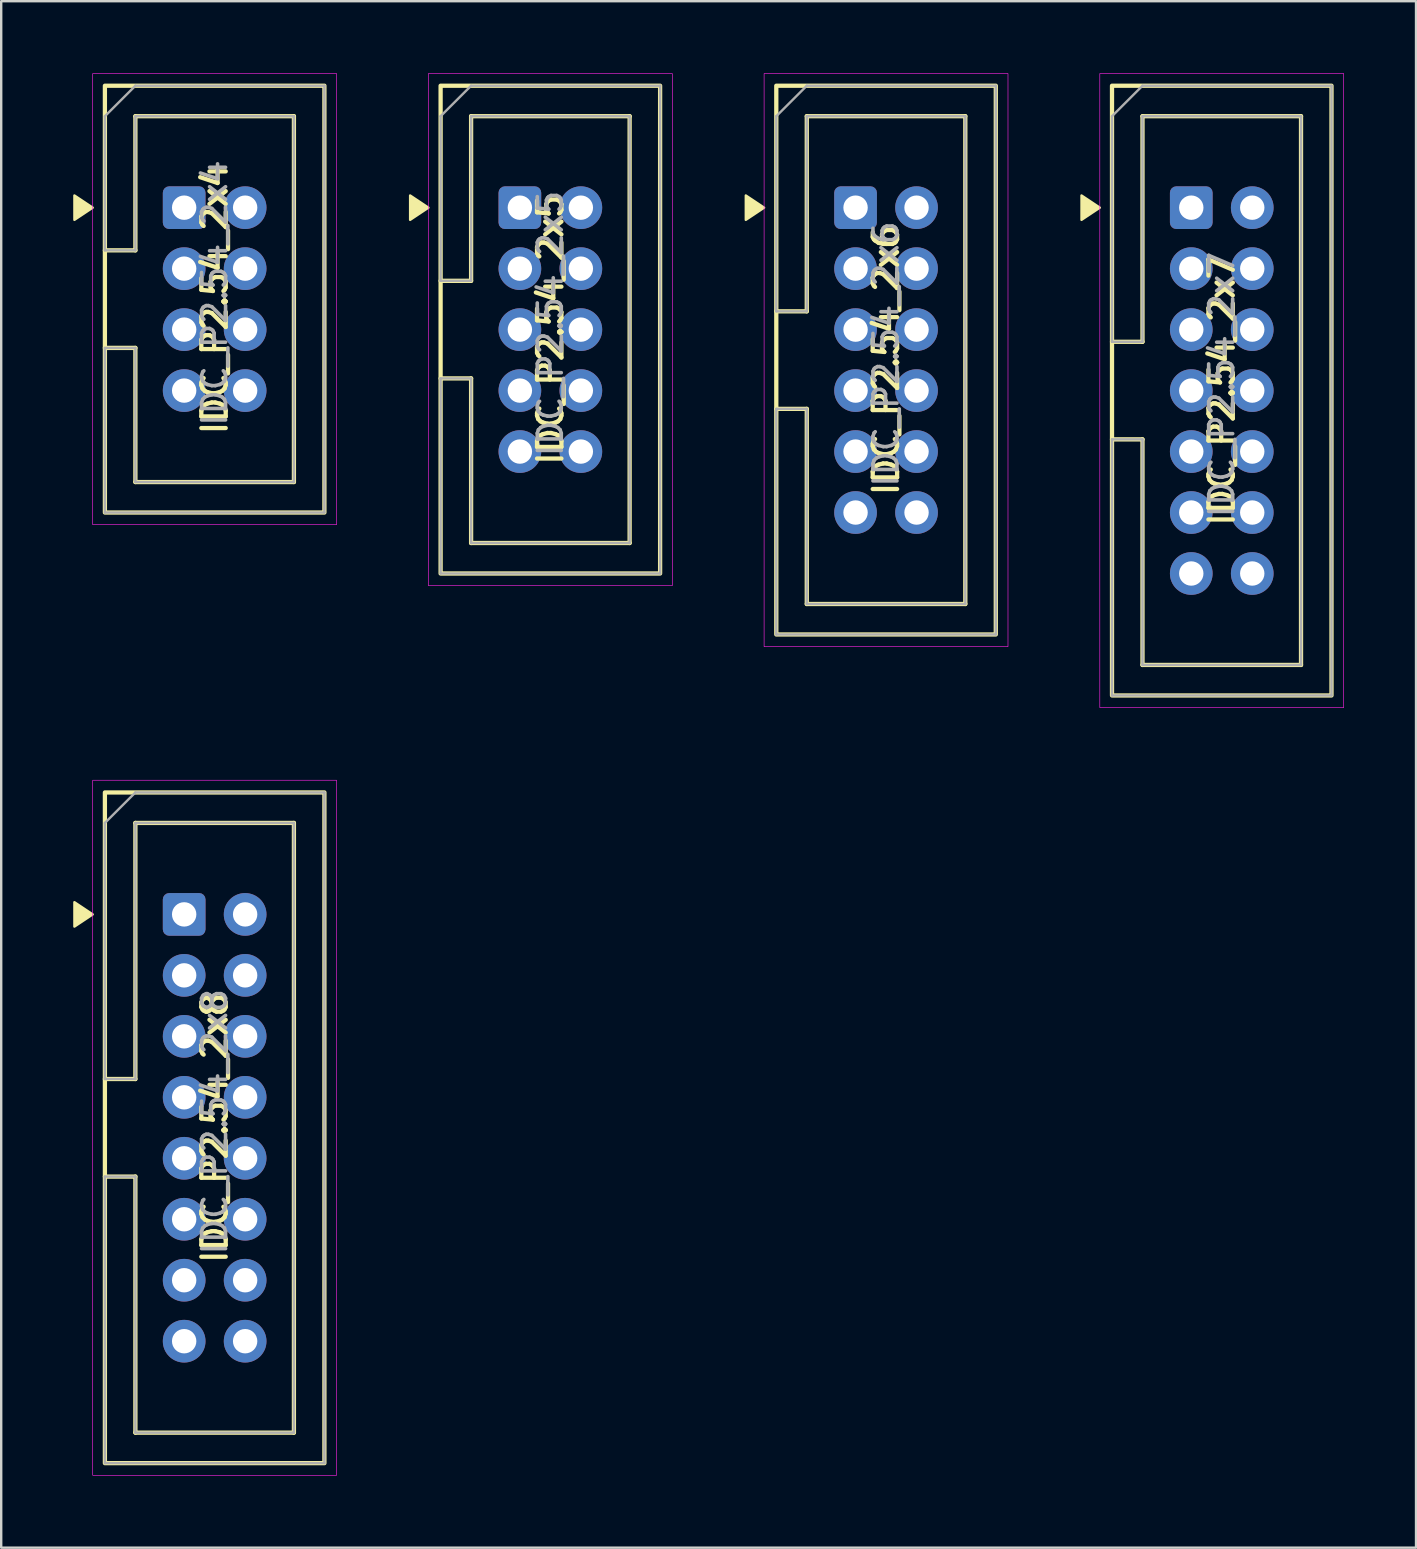
<source format=kicad_pcb>
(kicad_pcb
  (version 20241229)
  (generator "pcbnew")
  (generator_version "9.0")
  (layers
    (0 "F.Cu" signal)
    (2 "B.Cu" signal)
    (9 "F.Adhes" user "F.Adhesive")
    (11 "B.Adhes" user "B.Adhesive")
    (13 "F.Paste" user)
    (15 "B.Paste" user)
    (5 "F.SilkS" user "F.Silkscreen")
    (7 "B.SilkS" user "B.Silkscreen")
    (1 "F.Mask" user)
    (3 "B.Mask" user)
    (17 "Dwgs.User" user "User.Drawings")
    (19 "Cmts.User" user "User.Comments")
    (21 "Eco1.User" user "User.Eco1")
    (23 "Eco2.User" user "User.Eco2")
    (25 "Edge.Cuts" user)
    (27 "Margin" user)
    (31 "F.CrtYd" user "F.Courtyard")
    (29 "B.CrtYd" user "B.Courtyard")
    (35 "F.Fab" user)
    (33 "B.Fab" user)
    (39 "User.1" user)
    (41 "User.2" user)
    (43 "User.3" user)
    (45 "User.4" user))
  (footprint "IDC_P2.54_2x8"
    (layer "F.Cu")
    (at 5.892 43.932)
    (property "Reference" "IDC_P2.54_2x8" (at 0 0 90) (layer "F.SilkS") (effects (font (size 1.016 1.016) (thickness 0.178))))
    (attr through_hole)
    (fp_line (start -4.572 -2.032) (end -3.302 -2.032) (stroke (width 0.178) (type solid)) (layer "F.SilkS"))
    (fp_line (start -3.302 -12.7) (end 3.302 -12.7) (stroke (width 0.178) (type solid)) (layer "F.SilkS"))
    (fp_line (start -3.302 -2.032) (end -3.302 -12.7) (stroke (width 0.178) (type solid)) (layer "F.SilkS"))
    (fp_line (start -3.302 2.032) (end -4.572 2.032) (stroke (width 0.178) (type solid)) (layer "F.SilkS"))
    (fp_line (start -3.302 12.7) (end -3.302 2.032) (stroke (width 0.178) (type solid)) (layer "F.SilkS"))
    (fp_line (start 3.302 -12.7) (end 3.302 12.7) (stroke (width 0.178) (type solid)) (layer "F.SilkS"))
    (fp_line (start 3.302 12.7) (end -3.302 12.7) (stroke (width 0.178) (type solid)) (layer "F.SilkS"))
    (fp_rect (start -4.572 -13.97) (end 4.572 13.97) (stroke (width 0.178) (type solid)) (fill no) (layer "F.SilkS"))
    (fp_poly (pts (xy -5.08 -8.89) (xy -5.842 -8.382) (xy -5.842 -9.398)) (stroke (width 0.1) (type solid)) (fill yes) (layer "F.SilkS"))
    (fp_rect (start -5.08 -14.478) (end 5.08 14.478) (stroke (width 0.025) (type solid)) (fill no) (layer "F.CrtYd"))
    (fp_line (start -4.572 -2.032) (end -4.572 -12.7) (stroke (width 0.1) (type solid)) (layer "F.Fab"))
    (fp_line (start -4.572 -2.032) (end -3.302 -2.032) (stroke (width 0.1) (type solid)) (layer "F.Fab"))
    (fp_line (start -4.572 2.032) (end -4.572 13.97) (stroke (width 0.1) (type solid)) (layer "F.Fab"))
    (fp_line (start -4.572 2.032) (end -3.302 2.032) (stroke (width 0.1) (type solid)) (layer "F.Fab"))
    (fp_line (start -3.302 -13.97) (end -4.572 -12.7) (stroke (width 0.1) (type solid)) (layer "F.Fab"))
    (fp_line (start -3.302 -13.97) (end 4.572 -13.97) (stroke (width 0.1) (type solid)) (layer "F.Fab"))
    (fp_line (start -3.302 -12.7) (end 3.302 -12.7) (stroke (width 0.1) (type solid)) (layer "F.Fab"))
    (fp_line (start -3.302 -2.032) (end -3.302 -12.7) (stroke (width 0.1) (type solid)) (layer "F.Fab"))
    (fp_line (start -3.302 12.7) (end -3.302 2.032) (stroke (width 0.1) (type solid)) (layer "F.Fab"))
    (fp_line (start -3.302 12.7) (end 3.302 12.7) (stroke (width 0.1) (type solid)) (layer "F.Fab"))
    (fp_line (start 3.302 12.7) (end 3.302 -12.7) (stroke (width 0.1) (type solid)) (layer "F.Fab"))
    (fp_line (start 4.572 -13.97) (end 4.572 13.97) (stroke (width 0.1) (type solid)) (layer "F.Fab"))
    (fp_line (start 4.572 13.97) (end -4.572 13.97) (stroke (width 0.1) (type solid)) (layer "F.Fab"))
    (fp_text user "${REFERENCE}" (at 0 -0.254 90) (layer "F.Fab") (effects (font (size 1 1) (thickness 0.15))))
    (pad "1" thru_hole roundrect (at -1.27 -8.89) (size 1.778 1.778) (drill 1.016) (layers "*.Cu" "*.Mask") (roundrect_rratio 0.15))
    (pad "2" thru_hole circle (at 1.27 -8.89) (size 1.778 1.778) (drill 1.016) (layers "*.Cu" "*.Mask"))
    (pad "3" thru_hole circle (at -1.27 -6.35) (size 1.778 1.778) (drill 1.016) (layers "*.Cu" "*.Mask"))
    (pad "4" thru_hole circle (at 1.27 -6.35) (size 1.778 1.778) (drill 1.016) (layers "*.Cu" "*.Mask"))
    (pad "5" thru_hole circle (at -1.27 -3.81) (size 1.778 1.778) (drill 1.016) (layers "*.Cu" "*.Mask"))
    (pad "6" thru_hole circle (at 1.27 -3.81) (size 1.778 1.778) (drill 1.016) (layers "*.Cu" "*.Mask"))
    (pad "7" thru_hole circle (at -1.27 -1.27) (size 1.778 1.778) (drill 1.016) (layers "*.Cu" "*.Mask"))
    (pad "8" thru_hole circle (at 1.27 -1.27) (size 1.778 1.778) (drill 1.016) (layers "*.Cu" "*.Mask"))
    (pad "9" thru_hole circle (at -1.27 1.27) (size 1.778 1.778) (drill 1.016) (layers "*.Cu" "*.Mask"))
    (pad "10" thru_hole circle (at 1.27 1.27) (size 1.778 1.778) (drill 1.016) (layers "*.Cu" "*.Mask"))
    (pad "11" thru_hole circle (at -1.27 3.81) (size 1.778 1.778) (drill 1.016) (layers "*.Cu" "*.Mask"))
    (pad "12" thru_hole circle (at 1.27 3.81) (size 1.778 1.778) (drill 1.016) (layers "*.Cu" "*.Mask"))
    (pad "13" thru_hole circle (at -1.27 6.35) (size 1.778 1.778) (drill 1.016) (layers "*.Cu" "*.Mask"))
    (pad "14" thru_hole circle (at 1.27 6.35) (size 1.778 1.778) (drill 1.016) (layers "*.Cu" "*.Mask"))
    (pad "15" thru_hole circle (at -1.27 8.89) (size 1.778 1.778) (drill 1.016) (layers "*.Cu" "*.Mask"))
    (pad "16" thru_hole circle (at 1.27 8.89) (size 1.778 1.778) (drill 1.016) (layers "*.Cu" "*.Mask")))
  (footprint "IDC_P2.54_2x5"
    (layer "F.Cu")
    (at 19.877 10.681)
    (property "Reference" "IDC_P2.54_2x5" (at 0 0 90) (layer "F.SilkS") (effects (font (size 1.016 1.016) (thickness 0.178))))
    (attr through_hole)
    (fp_line (start -4.572 -2.032) (end -3.302 -2.032) (stroke (width 0.178) (type solid)) (layer "F.SilkS"))
    (fp_line (start -3.302 -8.89) (end 3.302 -8.89) (stroke (width 0.178) (type solid)) (layer "F.SilkS"))
    (fp_line (start -3.302 -2.032) (end -3.302 -8.89) (stroke (width 0.178) (type solid)) (layer "F.SilkS"))
    (fp_line (start -3.302 2.032) (end -4.572 2.032) (stroke (width 0.178) (type solid)) (layer "F.SilkS"))
    (fp_line (start -3.302 8.89) (end -3.302 2.032) (stroke (width 0.178) (type solid)) (layer "F.SilkS"))
    (fp_line (start 3.302 -8.89) (end 3.302 8.89) (stroke (width 0.178) (type solid)) (layer "F.SilkS"))
    (fp_line (start 3.302 8.89) (end -3.302 8.89) (stroke (width 0.178) (type solid)) (layer "F.SilkS"))
    (fp_rect (start -4.572 -10.16) (end 4.572 10.16) (stroke (width 0.178) (type solid)) (fill no) (layer "F.SilkS"))
    (fp_poly (pts (xy -5.08 -5.08) (xy -5.842 -4.572) (xy -5.842 -5.588)) (stroke (width 0.1) (type solid)) (fill yes) (layer "F.SilkS"))
    (fp_rect (start -5.08 -10.668) (end 5.08 10.668) (stroke (width 0.025) (type solid)) (fill no) (layer "F.CrtYd"))
    (fp_line (start -4.572 -2.032) (end -4.572 -8.89) (stroke (width 0.1) (type solid)) (layer "F.Fab"))
    (fp_line (start -4.572 -2.032) (end -3.302 -2.032) (stroke (width 0.1) (type solid)) (layer "F.Fab"))
    (fp_line (start -4.572 2.032) (end -4.572 10.16) (stroke (width 0.1) (type solid)) (layer "F.Fab"))
    (fp_line (start -4.572 2.032) (end -3.302 2.032) (stroke (width 0.1) (type solid)) (layer "F.Fab"))
    (fp_line (start -3.302 -10.16) (end -4.572 -8.89) (stroke (width 0.1) (type solid)) (layer "F.Fab"))
    (fp_line (start -3.302 -10.16) (end 4.572 -10.16) (stroke (width 0.1) (type solid)) (layer "F.Fab"))
    (fp_line (start -3.302 -8.89) (end 3.302 -8.89) (stroke (width 0.1) (type solid)) (layer "F.Fab"))
    (fp_line (start -3.302 -2.032) (end -3.302 -8.89) (stroke (width 0.1) (type solid)) (layer "F.Fab"))
    (fp_line (start -3.302 8.89) (end -3.302 2.032) (stroke (width 0.1) (type solid)) (layer "F.Fab"))
    (fp_line (start -3.302 8.89) (end 3.302 8.89) (stroke (width 0.1) (type solid)) (layer "F.Fab"))
    (fp_line (start 3.302 8.89) (end 3.302 -8.89) (stroke (width 0.1) (type solid)) (layer "F.Fab"))
    (fp_line (start 4.572 -10.16) (end 4.572 10.16) (stroke (width 0.1) (type solid)) (layer "F.Fab"))
    (fp_line (start 4.572 10.16) (end -4.572 10.16) (stroke (width 0.1) (type solid)) (layer "F.Fab"))
    (fp_text user "${REFERENCE}" (at 0 -0.254 90) (layer "F.Fab") (effects (font (size 1 1) (thickness 0.15))))
    (pad "1" thru_hole roundrect (at -1.27 -5.08) (size 1.778 1.778) (drill 1.016) (layers "*.Cu" "*.Mask") (roundrect_rratio 0.15))
    (pad "2" thru_hole circle (at 1.27 -5.08) (size 1.778 1.778) (drill 1.016) (layers "*.Cu" "*.Mask"))
    (pad "3" thru_hole circle (at -1.27 -2.54) (size 1.778 1.778) (drill 1.016) (layers "*.Cu" "*.Mask"))
    (pad "4" thru_hole circle (at 1.27 -2.54) (size 1.778 1.778) (drill 1.016) (layers "*.Cu" "*.Mask"))
    (pad "5" thru_hole circle (at -1.27 0) (size 1.778 1.778) (drill 1.016) (layers "*.Cu" "*.Mask"))
    (pad "6" thru_hole circle (at 1.27 0) (size 1.778 1.778) (drill 1.016) (layers "*.Cu" "*.Mask"))
    (pad "7" thru_hole circle (at -1.27 2.54) (size 1.778 1.778) (drill 1.016) (layers "*.Cu" "*.Mask"))
    (pad "8" thru_hole circle (at 1.27 2.54) (size 1.778 1.778) (drill 1.016) (layers "*.Cu" "*.Mask"))
    (pad "9" thru_hole circle (at -1.27 5.08) (size 1.778 1.778) (drill 1.016) (layers "*.Cu" "*.Mask"))
    (pad "10" thru_hole circle (at 1.27 5.08) (size 1.778 1.778) (drill 1.016) (layers "*.Cu" "*.Mask")))
  (footprint "IDC_P2.54_2x7"
    (layer "F.Cu")
    (at 47.846 13.221)
    (property "Reference" "IDC_P2.54_2x7" (at 0 0 90) (layer "F.SilkS") (effects (font (size 1.016 1.016) (thickness 0.178))))
    (attr through_hole)
    (fp_line (start -4.572 -2.032) (end -3.302 -2.032) (stroke (width 0.178) (type solid)) (layer "F.SilkS"))
    (fp_line (start -3.302 -11.43) (end 3.302 -11.43) (stroke (width 0.178) (type solid)) (layer "F.SilkS"))
    (fp_line (start -3.302 -2.032) (end -3.302 -11.43) (stroke (width 0.178) (type solid)) (layer "F.SilkS"))
    (fp_line (start -3.302 2.032) (end -4.572 2.032) (stroke (width 0.178) (type solid)) (layer "F.SilkS"))
    (fp_line (start -3.302 11.43) (end -3.302 2.032) (stroke (width 0.178) (type solid)) (layer "F.SilkS"))
    (fp_line (start 3.302 -11.43) (end 3.302 11.43) (stroke (width 0.178) (type solid)) (layer "F.SilkS"))
    (fp_line (start 3.302 11.43) (end -3.302 11.43) (stroke (width 0.178) (type solid)) (layer "F.SilkS"))
    (fp_rect (start -4.572 -12.7) (end 4.572 12.7) (stroke (width 0.178) (type solid)) (fill no) (layer "F.SilkS"))
    (fp_poly (pts (xy -5.08 -7.62) (xy -5.842 -7.112) (xy -5.842 -8.128)) (stroke (width 0.1) (type solid)) (fill yes) (layer "F.SilkS"))
    (fp_rect (start -5.08 -13.208) (end 5.08 13.208) (stroke (width 0.025) (type solid)) (fill no) (layer "F.CrtYd"))
    (fp_line (start -4.572 -2.032) (end -4.572 -11.43) (stroke (width 0.1) (type solid)) (layer "F.Fab"))
    (fp_line (start -4.572 -2.032) (end -3.302 -2.032) (stroke (width 0.1) (type solid)) (layer "F.Fab"))
    (fp_line (start -4.572 2.032) (end -4.572 12.7) (stroke (width 0.1) (type solid)) (layer "F.Fab"))
    (fp_line (start -4.572 2.032) (end -3.302 2.032) (stroke (width 0.1) (type solid)) (layer "F.Fab"))
    (fp_line (start -3.302 -12.7) (end -4.572 -11.43) (stroke (width 0.1) (type solid)) (layer "F.Fab"))
    (fp_line (start -3.302 -12.7) (end 4.572 -12.7) (stroke (width 0.1) (type solid)) (layer "F.Fab"))
    (fp_line (start -3.302 -11.43) (end 3.302 -11.43) (stroke (width 0.1) (type solid)) (layer "F.Fab"))
    (fp_line (start -3.302 -2.032) (end -3.302 -11.43) (stroke (width 0.1) (type solid)) (layer "F.Fab"))
    (fp_line (start -3.302 11.43) (end -3.302 2.032) (stroke (width 0.1) (type solid)) (layer "F.Fab"))
    (fp_line (start -3.302 11.43) (end 3.302 11.43) (stroke (width 0.1) (type solid)) (layer "F.Fab"))
    (fp_line (start 3.302 11.43) (end 3.302 -11.43) (stroke (width 0.1) (type solid)) (layer "F.Fab"))
    (fp_line (start 4.572 -12.7) (end 4.572 12.7) (stroke (width 0.1) (type solid)) (layer "F.Fab"))
    (fp_line (start 4.572 12.7) (end -4.572 12.7) (stroke (width 0.1) (type solid)) (layer "F.Fab"))
    (fp_text user "${REFERENCE}" (at 0 -0.254 90) (layer "F.Fab") (effects (font (size 1 1) (thickness 0.15))))
    (pad "1" thru_hole roundrect (at -1.27 -7.62) (size 1.778 1.778) (drill 1.016) (layers "*.Cu" "*.Mask") (roundrect_rratio 0.15))
    (pad "2" thru_hole circle (at 1.27 -7.62) (size 1.778 1.778) (drill 1.016) (layers "*.Cu" "*.Mask"))
    (pad "3" thru_hole circle (at -1.27 -5.08) (size 1.778 1.778) (drill 1.016) (layers "*.Cu" "*.Mask"))
    (pad "4" thru_hole circle (at 1.27 -5.08) (size 1.778 1.778) (drill 1.016) (layers "*.Cu" "*.Mask"))
    (pad "5" thru_hole circle (at -1.27 -2.54) (size 1.778 1.778) (drill 1.016) (layers "*.Cu" "*.Mask"))
    (pad "6" thru_hole circle (at 1.27 -2.54) (size 1.778 1.778) (drill 1.016) (layers "*.Cu" "*.Mask"))
    (pad "7" thru_hole circle (at -1.27 0) (size 1.778 1.778) (drill 1.016) (layers "*.Cu" "*.Mask"))
    (pad "8" thru_hole circle (at 1.27 0) (size 1.778 1.778) (drill 1.016) (layers "*.Cu" "*.Mask"))
    (pad "9" thru_hole circle (at -1.27 2.54) (size 1.778 1.778) (drill 1.016) (layers "*.Cu" "*.Mask"))
    (pad "10" thru_hole circle (at 1.27 2.54) (size 1.778 1.778) (drill 1.016) (layers "*.Cu" "*.Mask"))
    (pad "11" thru_hole circle (at -1.27 5.08) (size 1.778 1.778) (drill 1.016) (layers "*.Cu" "*.Mask"))
    (pad "12" thru_hole circle (at 1.27 5.08) (size 1.778 1.778) (drill 1.016) (layers "*.Cu" "*.Mask"))
    (pad "13" thru_hole circle (at -1.27 7.62) (size 1.778 1.778) (drill 1.016) (layers "*.Cu" "*.Mask"))
    (pad "14" thru_hole circle (at 1.27 7.62) (size 1.778 1.778) (drill 1.016) (layers "*.Cu" "*.Mask")))
  (footprint "IDC_P2.54_2x4"
    (layer "F.Cu")
    (at 5.892 9.411)
    (property "Reference" "IDC_P2.54_2x4" (at 0 0 90) (layer "F.SilkS") (effects (font (size 1.016 1.016) (thickness 0.178))))
    (attr through_hole)
    (fp_line (start -4.572 -2.032) (end -3.302 -2.032) (stroke (width 0.178) (type solid)) (layer "F.SilkS"))
    (fp_line (start -3.302 -7.62) (end 3.302 -7.62) (stroke (width 0.178) (type solid)) (layer "F.SilkS"))
    (fp_line (start -3.302 -2.032) (end -3.302 -7.62) (stroke (width 0.178) (type solid)) (layer "F.SilkS"))
    (fp_line (start -3.302 2.032) (end -4.572 2.032) (stroke (width 0.178) (type solid)) (layer "F.SilkS"))
    (fp_line (start -3.302 7.62) (end -3.302 2.032) (stroke (width 0.178) (type solid)) (layer "F.SilkS"))
    (fp_line (start 3.302 -7.62) (end 3.302 7.62) (stroke (width 0.178) (type solid)) (layer "F.SilkS"))
    (fp_line (start 3.302 7.62) (end -3.302 7.62) (stroke (width 0.178) (type solid)) (layer "F.SilkS"))
    (fp_rect (start -4.572 -8.89) (end 4.572 8.89) (stroke (width 0.178) (type solid)) (fill no) (layer "F.SilkS"))
    (fp_poly (pts (xy -5.08 -3.81) (xy -5.842 -3.302) (xy -5.842 -4.318)) (stroke (width 0.1) (type solid)) (fill yes) (layer "F.SilkS"))
    (fp_rect (start -5.08 -9.398) (end 5.08 9.398) (stroke (width 0.025) (type solid)) (fill no) (layer "F.CrtYd"))
    (fp_line (start -4.572 -2.032) (end -4.572 -7.62) (stroke (width 0.1) (type solid)) (layer "F.Fab"))
    (fp_line (start -4.572 -2.032) (end -3.302 -2.032) (stroke (width 0.1) (type solid)) (layer "F.Fab"))
    (fp_line (start -4.572 2.032) (end -4.572 8.89) (stroke (width 0.1) (type solid)) (layer "F.Fab"))
    (fp_line (start -4.572 2.032) (end -3.302 2.032) (stroke (width 0.1) (type solid)) (layer "F.Fab"))
    (fp_line (start -3.302 -8.89) (end -4.572 -7.62) (stroke (width 0.1) (type solid)) (layer "F.Fab"))
    (fp_line (start -3.302 -8.89) (end 4.572 -8.89) (stroke (width 0.1) (type solid)) (layer "F.Fab"))
    (fp_line (start -3.302 -7.62) (end 3.302 -7.62) (stroke (width 0.1) (type solid)) (layer "F.Fab"))
    (fp_line (start -3.302 -2.032) (end -3.302 -7.62) (stroke (width 0.1) (type solid)) (layer "F.Fab"))
    (fp_line (start -3.302 7.62) (end -3.302 2.032) (stroke (width 0.1) (type solid)) (layer "F.Fab"))
    (fp_line (start -3.302 7.62) (end 3.302 7.62) (stroke (width 0.1) (type solid)) (layer "F.Fab"))
    (fp_line (start 3.302 7.62) (end 3.302 -7.62) (stroke (width 0.1) (type solid)) (layer "F.Fab"))
    (fp_line (start 4.572 -8.89) (end 4.572 8.89) (stroke (width 0.1) (type solid)) (layer "F.Fab"))
    (fp_line (start 4.572 8.89) (end -4.572 8.89) (stroke (width 0.1) (type solid)) (layer "F.Fab"))
    (fp_text user "${REFERENCE}" (at 0 -0.254 90) (layer "F.Fab") (effects (font (size 1 1) (thickness 0.15))))
    (pad "1" thru_hole roundrect (at -1.27 -3.81) (size 1.778 1.778) (drill 1.016) (layers "*.Cu" "*.Mask") (roundrect_rratio 0.15))
    (pad "2" thru_hole circle (at 1.27 -3.81) (size 1.778 1.778) (drill 1.016) (layers "*.Cu" "*.Mask"))
    (pad "3" thru_hole circle (at -1.27 -1.27) (size 1.778 1.778) (drill 1.016) (layers "*.Cu" "*.Mask"))
    (pad "4" thru_hole circle (at 1.27 -1.27) (size 1.778 1.778) (drill 1.016) (layers "*.Cu" "*.Mask"))
    (pad "5" thru_hole circle (at -1.27 1.27) (size 1.778 1.778) (drill 1.016) (layers "*.Cu" "*.Mask"))
    (pad "6" thru_hole circle (at 1.27 1.27) (size 1.778 1.778) (drill 1.016) (layers "*.Cu" "*.Mask"))
    (pad "7" thru_hole circle (at -1.27 3.81) (size 1.778 1.778) (drill 1.016) (layers "*.Cu" "*.Mask"))
    (pad "8" thru_hole circle (at 1.27 3.81) (size 1.778 1.778) (drill 1.016) (layers "*.Cu" "*.Mask")))
  (footprint "IDC_P2.54_2x6"
    (layer "F.Cu")
    (at 33.861 11.951)
    (property "Reference" "IDC_P2.54_2x6" (at 0 0 90) (layer "F.SilkS") (effects (font (size 1.016 1.016) (thickness 0.178))))
    (attr through_hole)
    (fp_line (start -4.572 -2.032) (end -3.302 -2.032) (stroke (width 0.178) (type solid)) (layer "F.SilkS"))
    (fp_line (start -3.302 -10.16) (end 3.302 -10.16) (stroke (width 0.178) (type solid)) (layer "F.SilkS"))
    (fp_line (start -3.302 -2.032) (end -3.302 -10.16) (stroke (width 0.178) (type solid)) (layer "F.SilkS"))
    (fp_line (start -3.302 2.032) (end -4.572 2.032) (stroke (width 0.178) (type solid)) (layer "F.SilkS"))
    (fp_line (start -3.302 10.16) (end -3.302 2.032) (stroke (width 0.178) (type solid)) (layer "F.SilkS"))
    (fp_line (start 3.302 -10.16) (end 3.302 10.16) (stroke (width 0.178) (type solid)) (layer "F.SilkS"))
    (fp_line (start 3.302 10.16) (end -3.302 10.16) (stroke (width 0.178) (type solid)) (layer "F.SilkS"))
    (fp_rect (start -4.572 -11.43) (end 4.572 11.43) (stroke (width 0.178) (type solid)) (fill no) (layer "F.SilkS"))
    (fp_poly (pts (xy -5.08 -6.35) (xy -5.842 -5.842) (xy -5.842 -6.858)) (stroke (width 0.1) (type solid)) (fill yes) (layer "F.SilkS"))
    (fp_rect (start -5.08 -11.938) (end 5.08 11.938) (stroke (width 0.025) (type solid)) (fill no) (layer "F.CrtYd"))
    (fp_line (start -4.572 -2.032) (end -4.572 -10.16) (stroke (width 0.1) (type solid)) (layer "F.Fab"))
    (fp_line (start -4.572 -2.032) (end -3.302 -2.032) (stroke (width 0.1) (type solid)) (layer "F.Fab"))
    (fp_line (start -4.572 2.032) (end -4.572 11.43) (stroke (width 0.1) (type solid)) (layer "F.Fab"))
    (fp_line (start -4.572 2.032) (end -3.302 2.032) (stroke (width 0.1) (type solid)) (layer "F.Fab"))
    (fp_line (start -3.302 -11.43) (end -4.572 -10.16) (stroke (width 0.1) (type solid)) (layer "F.Fab"))
    (fp_line (start -3.302 -11.43) (end 4.572 -11.43) (stroke (width 0.1) (type solid)) (layer "F.Fab"))
    (fp_line (start -3.302 -10.16) (end 3.302 -10.16) (stroke (width 0.1) (type solid)) (layer "F.Fab"))
    (fp_line (start -3.302 -2.032) (end -3.302 -10.16) (stroke (width 0.1) (type solid)) (layer "F.Fab"))
    (fp_line (start -3.302 10.16) (end -3.302 2.032) (stroke (width 0.1) (type solid)) (layer "F.Fab"))
    (fp_line (start -3.302 10.16) (end 3.302 10.16) (stroke (width 0.1) (type solid)) (layer "F.Fab"))
    (fp_line (start 3.302 10.16) (end 3.302 -10.16) (stroke (width 0.1) (type solid)) (layer "F.Fab"))
    (fp_line (start 4.572 -11.43) (end 4.572 11.43) (stroke (width 0.1) (type solid)) (layer "F.Fab"))
    (fp_line (start 4.572 11.43) (end -4.572 11.43) (stroke (width 0.1) (type solid)) (layer "F.Fab"))
    (fp_text user "${REFERENCE}" (at 0 -0.254 90) (layer "F.Fab") (effects (font (size 1 1) (thickness 0.15))))
    (pad "1" thru_hole roundrect (at -1.27 -6.35) (size 1.778 1.778) (drill 1.016) (layers "*.Cu" "*.Mask") (roundrect_rratio 0.15))
    (pad "2" thru_hole circle (at 1.27 -6.35) (size 1.778 1.778) (drill 1.016) (layers "*.Cu" "*.Mask"))
    (pad "3" thru_hole circle (at -1.27 -3.81) (size 1.778 1.778) (drill 1.016) (layers "*.Cu" "*.Mask"))
    (pad "4" thru_hole circle (at 1.27 -3.81) (size 1.778 1.778) (drill 1.016) (layers "*.Cu" "*.Mask"))
    (pad "5" thru_hole circle (at -1.27 -1.27) (size 1.778 1.778) (drill 1.016) (layers "*.Cu" "*.Mask"))
    (pad "6" thru_hole circle (at 1.27 -1.27) (size 1.778 1.778) (drill 1.016) (layers "*.Cu" "*.Mask"))
    (pad "7" thru_hole circle (at -1.27 1.27) (size 1.778 1.778) (drill 1.016) (layers "*.Cu" "*.Mask"))
    (pad "8" thru_hole circle (at 1.27 1.27) (size 1.778 1.778) (drill 1.016) (layers "*.Cu" "*.Mask"))
    (pad "9" thru_hole circle (at -1.27 3.81) (size 1.778 1.778) (drill 1.016) (layers "*.Cu" "*.Mask"))
    (pad "10" thru_hole circle (at 1.27 3.81) (size 1.778 1.778) (drill 1.016) (layers "*.Cu" "*.Mask"))
    (pad "11" thru_hole circle (at -1.27 6.35) (size 1.778 1.778) (drill 1.016) (layers "*.Cu" "*.Mask"))
    (pad "12" thru_hole circle (at 1.27 6.35) (size 1.778 1.778) (drill 1.016) (layers "*.Cu" "*.Mask")))
  (gr_rect
    (start -3 -3)
    (end 55.939 61.423)
    (stroke (width 0.1) (type default))
    (fill no)
    (layer "Edge.Cuts")))
</source>
